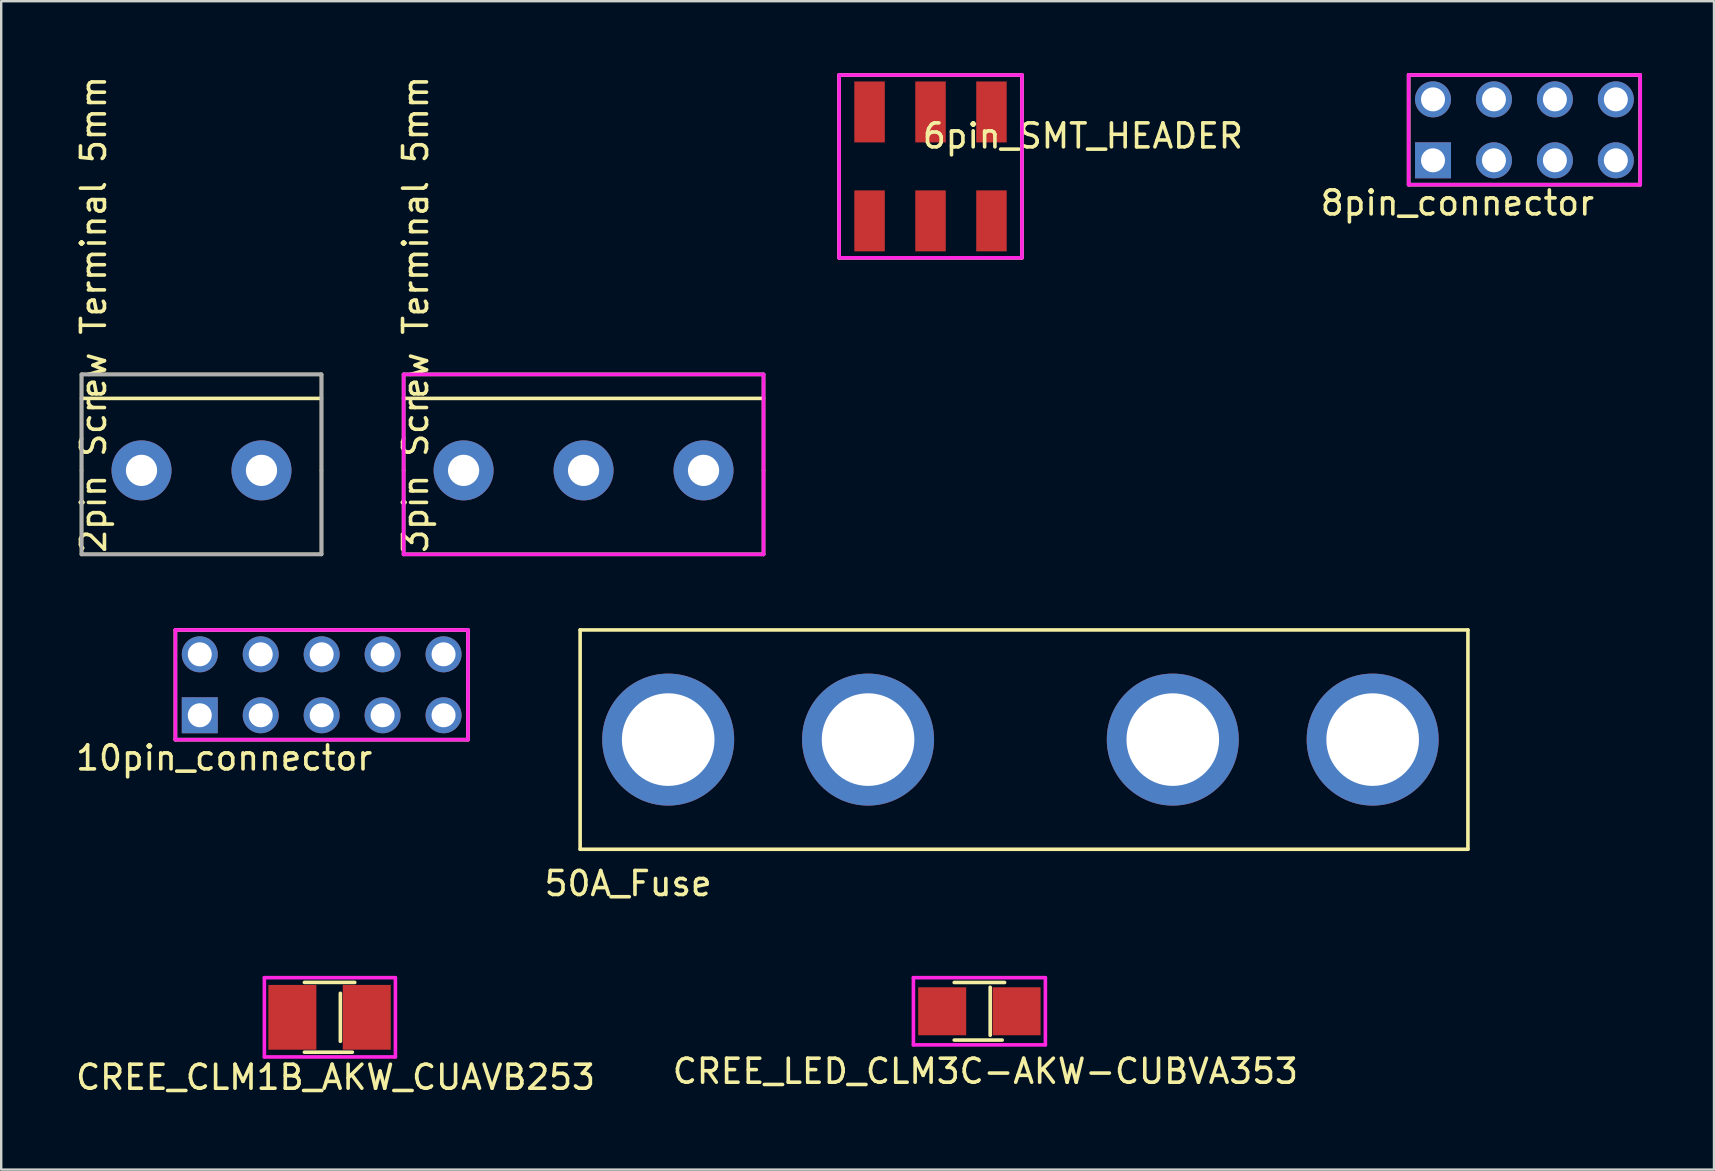
<source format=kicad_pcb>
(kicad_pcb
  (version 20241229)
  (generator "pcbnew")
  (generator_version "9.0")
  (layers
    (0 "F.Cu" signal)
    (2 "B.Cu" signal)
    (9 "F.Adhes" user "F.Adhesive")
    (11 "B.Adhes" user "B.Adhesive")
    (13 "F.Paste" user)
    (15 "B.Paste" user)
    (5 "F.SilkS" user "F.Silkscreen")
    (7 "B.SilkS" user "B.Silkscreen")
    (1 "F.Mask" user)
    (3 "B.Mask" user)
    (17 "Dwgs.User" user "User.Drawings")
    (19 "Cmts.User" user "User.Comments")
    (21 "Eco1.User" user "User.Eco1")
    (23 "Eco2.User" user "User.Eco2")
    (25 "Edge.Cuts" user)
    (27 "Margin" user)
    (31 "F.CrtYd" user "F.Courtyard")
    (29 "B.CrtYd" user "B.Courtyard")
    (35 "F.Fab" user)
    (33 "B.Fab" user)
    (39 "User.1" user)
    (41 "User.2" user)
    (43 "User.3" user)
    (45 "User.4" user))
  (footprint "6pin_SMT_HEADER"
    (layer "F.Cu")
    (at 35.731 3.885)
    (property "Reference" "6pin_SMT_HEADER" (at 6.35 -1.27 0) (layer "F.SilkS") (effects (font (size 1 1) (thickness 0.15))))
    (attr through_hole)
    (fp_line (start -3.81 -3.81) (end -3.81 3.81) (stroke (width 0.15) (type solid)) (layer "F.SilkS"))
    (fp_line (start -3.81 3.81) (end 3.81 3.81) (stroke (width 0.15) (type solid)) (layer "F.SilkS"))
    (fp_line (start 3.81 -3.81) (end -3.81 -3.81) (stroke (width 0.15) (type solid)) (layer "F.SilkS"))
    (fp_line (start 3.81 3.81) (end 3.81 -3.81) (stroke (width 0.15) (type solid)) (layer "F.SilkS"))
    (fp_line (start -3.81 -3.81) (end -3.81 3.81) (stroke (width 0.15) (type solid)) (layer "F.CrtYd"))
    (fp_line (start -3.81 3.81) (end 3.81 3.81) (stroke (width 0.15) (type solid)) (layer "F.CrtYd"))
    (fp_line (start 3.81 -3.81) (end -3.81 -3.81) (stroke (width 0.15) (type solid)) (layer "F.CrtYd"))
    (fp_line (start 3.81 3.81) (end 3.81 -3.81) (stroke (width 0.15) (type solid)) (layer "F.CrtYd"))
    (pad "1" smd rect (at -2.54 1.27) (size 1.27 2.54) (drill (offset 0 1)) (layers "F.Cu" "F.Mask" "F.Paste"))
    (pad "2" smd rect (at -2.54 -1.27) (size 1.27 2.54) (drill (offset 0 -1)) (layers "F.Cu" "F.Mask" "F.Paste"))
    (pad "3" smd rect (at 0 1.27) (size 1.27 2.54) (drill (offset 0 1)) (layers "F.Cu" "F.Mask" "F.Paste"))
    (pad "4" smd rect (at 0 -1.27) (size 1.27 2.54) (drill (offset 0 -1)) (layers "F.Cu" "F.Mask" "F.Paste"))
    (pad "5" smd rect (at 2.54 1.27) (size 1.27 2.54) (drill (offset 0 1)) (layers "F.Cu" "F.Mask" "F.Paste"))
    (pad "6" smd rect (at 2.54 -1.27) (size 1.27 2.54) (drill (offset 0 -1)) (layers "F.Cu" "F.Mask" "F.Paste")))
  (footprint "3pin Screw Terminal 5mm"
    (layer "F.Cu")
    (at 21.271 16.554)
    (property "Reference" "3pin Screw Terminal 5mm" (at -7 -6.5 90) (layer "F.SilkS") (effects (font (size 1 1) (thickness 0.15))))
    (attr through_hole)
    (fp_line (start -7.5 -4) (end 7.5 -4) (stroke (width 0.15) (type solid)) (layer "F.SilkS"))
    (fp_line (start -7.5 -3) (end 7.5 -3) (stroke (width 0.15) (type solid)) (layer "F.SilkS"))
    (fp_line (start -7.5 0) (end -7.5 -4) (stroke (width 0.15) (type solid)) (layer "F.SilkS"))
    (fp_line (start -7.5 3.5) (end -7.5 0) (stroke (width 0.15) (type solid)) (layer "F.SilkS"))
    (fp_line (start -7.5 3.5) (end 7.5 3.5) (stroke (width 0.15) (type solid)) (layer "F.SilkS"))
    (fp_line (start 7.5 -4) (end 7.5 0) (stroke (width 0.15) (type solid)) (layer "F.SilkS"))
    (fp_line (start 7.5 3.5) (end 7.5 0) (stroke (width 0.15) (type solid)) (layer "F.SilkS"))
    (fp_line (start -7.5 -4) (end 7.5 -4) (stroke (width 0.15) (type solid)) (layer "F.CrtYd"))
    (fp_line (start -7.5 3.5) (end -7.5 -4) (stroke (width 0.15) (type solid)) (layer "F.CrtYd"))
    (fp_line (start 7.5 -4) (end 7.5 3.5) (stroke (width 0.15) (type solid)) (layer "F.CrtYd"))
    (fp_line (start 7.5 3.5) (end -7.5 3.5) (stroke (width 0.15) (type solid)) (layer "F.CrtYd"))
    (pad "1" thru_hole circle (at -5 0) (size 2.5 2.5) (drill 1.3) (layers "*.Cu" "*.Mask"))
    (pad "2" thru_hole circle (at 0 0) (size 2.5 2.5) (drill 1.3) (layers "*.Cu" "*.Mask"))
    (pad "3" thru_hole circle (at 5 0) (size 2.5 2.5) (drill 1.3) (layers "*.Cu" "*.Mask")))
  (footprint "2pin Screw Terminal 5mm"
    (layer "F.Cu")
    (at 5.348 16.554)
    (property "Reference" "2pin Screw Terminal 5mm" (at -4.5 -6.5 90) (layer "F.SilkS") (effects (font (size 1 1) (thickness 0.15))))
    (attr through_hole)
    (fp_line (start -5 -4) (end 5 -4) (stroke (width 0.15) (type solid)) (layer "F.SilkS"))
    (fp_line (start -5 -3) (end 5 -3) (stroke (width 0.15) (type solid)) (layer "F.SilkS"))
    (fp_line (start -5 0) (end -5 -4) (stroke (width 0.15) (type solid)) (layer "F.SilkS"))
    (fp_line (start -5 3.5) (end -5 0) (stroke (width 0.15) (type solid)) (layer "F.SilkS"))
    (fp_line (start -5 3.5) (end 5 3.5) (stroke (width 0.15) (type solid)) (layer "F.SilkS"))
    (fp_line (start 5 0) (end 5 -4) (stroke (width 0.15) (type solid)) (layer "F.SilkS"))
    (fp_line (start 5 0) (end 5 3.5) (stroke (width 0.15) (type solid)) (layer "F.SilkS"))
    (fp_line (start -5 -4) (end 5 -4) (stroke (width 0.15) (type solid)) (layer "F.Fab"))
    (fp_line (start -5 3.5) (end -5 -4) (stroke (width 0.15) (type solid)) (layer "F.Fab"))
    (fp_line (start 5 -4) (end 5 3.5) (stroke (width 0.15) (type solid)) (layer "F.Fab"))
    (fp_line (start 5 3.5) (end -5 3.5) (stroke (width 0.15) (type solid)) (layer "F.Fab"))
    (pad "1" thru_hole circle (at -2.5 0) (size 2.5 2.5) (drill 1.3) (layers "*.Cu" "*.Mask"))
    (pad "2" thru_hole circle (at 2.5 0) (size 2.5 2.5) (drill 1.3) (layers "*.Cu" "*.Mask")))
  (footprint "8pin_connector"
    (layer "F.Cu")
    (at 60.483 2.361)
    (property "Reference" "8pin_connector" (at -2.794 3.048 0) (layer "F.SilkS") (effects (font (size 1 1) (thickness 0.15))))
    (attr through_hole)
    (fp_line (start -4.826 -2.286) (end -4.826 2.286) (stroke (width 0.15) (type solid)) (layer "F.SilkS"))
    (fp_line (start -4.826 -2.286) (end 4.826 -2.286) (stroke (width 0.15) (type solid)) (layer "F.SilkS"))
    (fp_line (start -4.826 2.286) (end 4.826 2.286) (stroke (width 0.15) (type solid)) (layer "F.SilkS"))
    (fp_line (start 4.826 -2.286) (end 4.826 2.286) (stroke (width 0.15) (type solid)) (layer "F.SilkS"))
    (fp_line (start -4.826 -2.286) (end 4.826 -2.286) (stroke (width 0.15) (type solid)) (layer "F.CrtYd"))
    (fp_line (start -4.826 2.286) (end -4.826 -2.286) (stroke (width 0.15) (type solid)) (layer "F.CrtYd"))
    (fp_line (start 4.826 -2.286) (end 4.826 2.286) (stroke (width 0.15) (type solid)) (layer "F.CrtYd"))
    (fp_line (start 4.826 2.286) (end -4.826 2.286) (stroke (width 0.15) (type solid)) (layer "F.CrtYd"))
    (pad "1" thru_hole rect (at -3.81 1.27) (size 1.5 1.5) (drill 1) (layers "*.Cu" "*.Mask"))
    (pad "2" thru_hole circle (at -3.81 -1.27) (size 1.5 1.5) (drill 1) (layers "*.Cu" "*.Mask"))
    (pad "3" thru_hole circle (at -1.27 1.27) (size 1.5 1.5) (drill 1) (layers "*.Cu" "*.Mask"))
    (pad "4" thru_hole circle (at -1.27 -1.27) (size 1.5 1.5) (drill 1) (layers "*.Cu" "*.Mask"))
    (pad "5" thru_hole circle (at 1.27 1.27) (size 1.5 1.5) (drill 1) (layers "*.Cu" "*.Mask"))
    (pad "6" thru_hole circle (at 1.27 -1.27) (size 1.5 1.5) (drill 1) (layers "*.Cu" "*.Mask"))
    (pad "7" thru_hole circle (at 3.81 1.27) (size 1.5 1.5) (drill 1) (layers "*.Cu" "*.Mask"))
    (pad "8" thru_hole circle (at 3.81 -1.27) (size 1.5 1.5) (drill 1) (layers "*.Cu" "*.Mask")))
  (footprint "50A_Fuse"
    (layer "F.Cu")
    (at 33.128 27.774)
    (property "Reference" "50A_Fuse" (at -10 6 0) (layer "F.SilkS") (effects (font (size 1 1) (thickness 0.15))))
    (attr through_hole)
    (fp_line (start -12 -4.57) (end -12 4.57) (stroke (width 0.15) (type solid)) (layer "F.SilkS"))
    (fp_line (start -12 4.57) (end 25 4.57) (stroke (width 0.15) (type solid)) (layer "F.SilkS"))
    (fp_line (start 25 -4.57) (end -12 -4.57) (stroke (width 0.15) (type solid)) (layer "F.SilkS"))
    (fp_line (start 25 4.57) (end 25 -4.57) (stroke (width 0.15) (type solid)) (layer "F.SilkS"))
    (pad "1" thru_hole circle (at -8.33 0) (size 5.5 5.5) (drill 3.86) (layers "*.Cu" "*.Mask"))
    (pad "1" thru_hole circle (at 0 0) (size 5.5 5.5) (drill 3.86) (layers "*.Cu" "*.Mask"))
    (pad "2" thru_hole circle (at 12.7 0) (size 5.5 5.5) (drill 3.86) (layers "*.Cu" "*.Mask"))
    (pad "2" thru_hole circle (at 21.03 0) (size 5.5 5.5) (drill 3.86) (layers "*.Cu" "*.Mask")))
  (footprint "10pin_connector"
    (layer "F.Cu")
    (at 10.356 25.49)
    (property "Reference" "10pin_connector" (at -4.064 3.048 0) (layer "F.SilkS") (effects (font (size 1 1) (thickness 0.15))))
    (attr through_hole)
    (fp_line (start -6.096 -2.286) (end -6.096 2.286) (stroke (width 0.15) (type solid)) (layer "F.SilkS"))
    (fp_line (start -6.096 2.286) (end 6.096 2.286) (stroke (width 0.15) (type solid)) (layer "F.SilkS"))
    (fp_line (start 6.096 -2.286) (end -6.096 -2.286) (stroke (width 0.15) (type solid)) (layer "F.SilkS"))
    (fp_line (start 6.096 2.286) (end 6.096 -2.286) (stroke (width 0.15) (type solid)) (layer "F.SilkS"))
    (fp_line (start -6.096 -2.286) (end -6.096 2.286) (stroke (width 0.15) (type solid)) (layer "F.CrtYd"))
    (fp_line (start -6.096 2.286) (end 6.096 2.286) (stroke (width 0.15) (type solid)) (layer "F.CrtYd"))
    (fp_line (start 6.096 -2.286) (end -6.096 -2.286) (stroke (width 0.15) (type solid)) (layer "F.CrtYd"))
    (fp_line (start 6.096 2.286) (end 6.096 -2.286) (stroke (width 0.15) (type solid)) (layer "F.CrtYd"))
    (pad "1" thru_hole rect (at -5.08 1.27) (size 1.5 1.5) (drill 1) (layers "*.Cu" "*.Mask"))
    (pad "2" thru_hole circle (at -5.08 -1.27) (size 1.5 1.5) (drill 1) (layers "*.Cu" "*.Mask"))
    (pad "3" thru_hole circle (at -2.54 1.27) (size 1.5 1.5) (drill 1) (layers "*.Cu" "*.Mask"))
    (pad "4" thru_hole circle (at -2.54 -1.27) (size 1.5 1.5) (drill 1) (layers "*.Cu" "*.Mask"))
    (pad "5" thru_hole circle (at 0 1.27) (size 1.5 1.5) (drill 1) (layers "*.Cu" "*.Mask"))
    (pad "6" thru_hole circle (at 0 -1.27) (size 1.5 1.5) (drill 1) (layers "*.Cu" "*.Mask"))
    (pad "7" thru_hole circle (at 2.54 1.27) (size 1.5 1.5) (drill 1) (layers "*.Cu" "*.Mask"))
    (pad "8" thru_hole circle (at 2.54 -1.27) (size 1.5 1.5) (drill 1) (layers "*.Cu" "*.Mask"))
    (pad "9" thru_hole circle (at 5.08 1.27) (size 1.5 1.5) (drill 1) (layers "*.Cu" "*.Mask"))
    (pad "10" thru_hole circle (at 5.08 -1.27) (size 1.5 1.5) (drill 1) (layers "*.Cu" "*.Mask")))
  (footprint "CREE_CLM1B_AKW_CUAVB253"
    (layer "F.Cu")
    (at 10.635 39.348)
    (property "Reference" "CREE_CLM1B_AKW_CUAVB253" (at 0.3 2.5 0) (layer "F.SilkS") (effects (font (size 1 1) (thickness 0.15))))
    (attr through_hole)
    (fp_line (start -1 -1.454) (end 1.1 -1.454) (stroke (width 0.15) (type solid)) (layer "F.SilkS"))
    (fp_line (start -1 1.454) (end 1 1.454) (stroke (width 0.15) (type solid)) (layer "F.SilkS"))
    (fp_line (start 0.5 1) (end 0.5 -1) (stroke (width 0.15) (type solid)) (layer "F.SilkS"))
    (fp_line (start -2.667 -1.651) (end 2.794 -1.651) (stroke (width 0.15) (type solid)) (layer "F.CrtYd"))
    (fp_line (start -2.667 1.651) (end -2.667 -1.651) (stroke (width 0.15) (type solid)) (layer "F.CrtYd"))
    (fp_line (start 2.794 -1.651) (end 2.794 1.651) (stroke (width 0.15) (type solid)) (layer "F.CrtYd"))
    (fp_line (start 2.794 1.651) (end -2.667 1.651) (stroke (width 0.15) (type solid)) (layer "F.CrtYd"))
    (pad "1" smd rect (at 1.1 0) (size 2 2.7) (drill (offset 0.5 0)) (layers "F.Cu" "F.Mask" "F.Paste"))
    (pad "2" smd rect (at -1 0) (size 2 2.7) (drill (offset -0.5 0)) (layers "F.Cu" "F.Mask" "F.Paste")))
  (footprint "CREE_LED_CLM3C-AKW-CUBVA353"
    (layer "F.Cu")
    (at 37.718 39.097)
    (property "Reference" "CREE_LED_CLM3C-AKW-CUBVA353" (at 0.3 2.5 0) (layer "F.SilkS") (effects (font (size 1 1) (thickness 0.15))))
    (attr through_hole)
    (fp_line (start -1 -1.2) (end 1.1 -1.2) (stroke (width 0.15) (type solid)) (layer "F.SilkS"))
    (fp_line (start -1 1.2) (end 1 1.2) (stroke (width 0.15) (type solid)) (layer "F.SilkS"))
    (fp_line (start 0.5 1) (end 0.5 -1) (stroke (width 0.15) (type solid)) (layer "F.SilkS"))
    (fp_line (start -2.7 -1.4) (end -2.7 1.4) (stroke (width 0.15) (type solid)) (layer "F.CrtYd"))
    (fp_line (start -2.7 1.4) (end 2.8 1.4) (stroke (width 0.15) (type solid)) (layer "F.CrtYd"))
    (fp_line (start 2.8 -1.4) (end -2.7 -1.4) (stroke (width 0.15) (type solid)) (layer "F.CrtYd"))
    (fp_line (start 2.8 1.4) (end 2.8 -1.4) (stroke (width 0.15) (type solid)) (layer "F.CrtYd"))
    (pad "1" smd rect (at 1.1 0) (size 2 2) (drill (offset 0.5 0)) (layers "F.Cu" "F.Mask" "F.Paste"))
    (pad "2" smd rect (at -1 0) (size 2 2) (drill (offset -0.5 0)) (layers "F.Cu" "F.Mask" "F.Paste")))
  (gr_rect
    (start -3 -3)
    (end 68.384 45.696)
    (stroke (width 0.1) (type default))
    (fill no)
    (layer "Edge.Cuts")))
</source>
